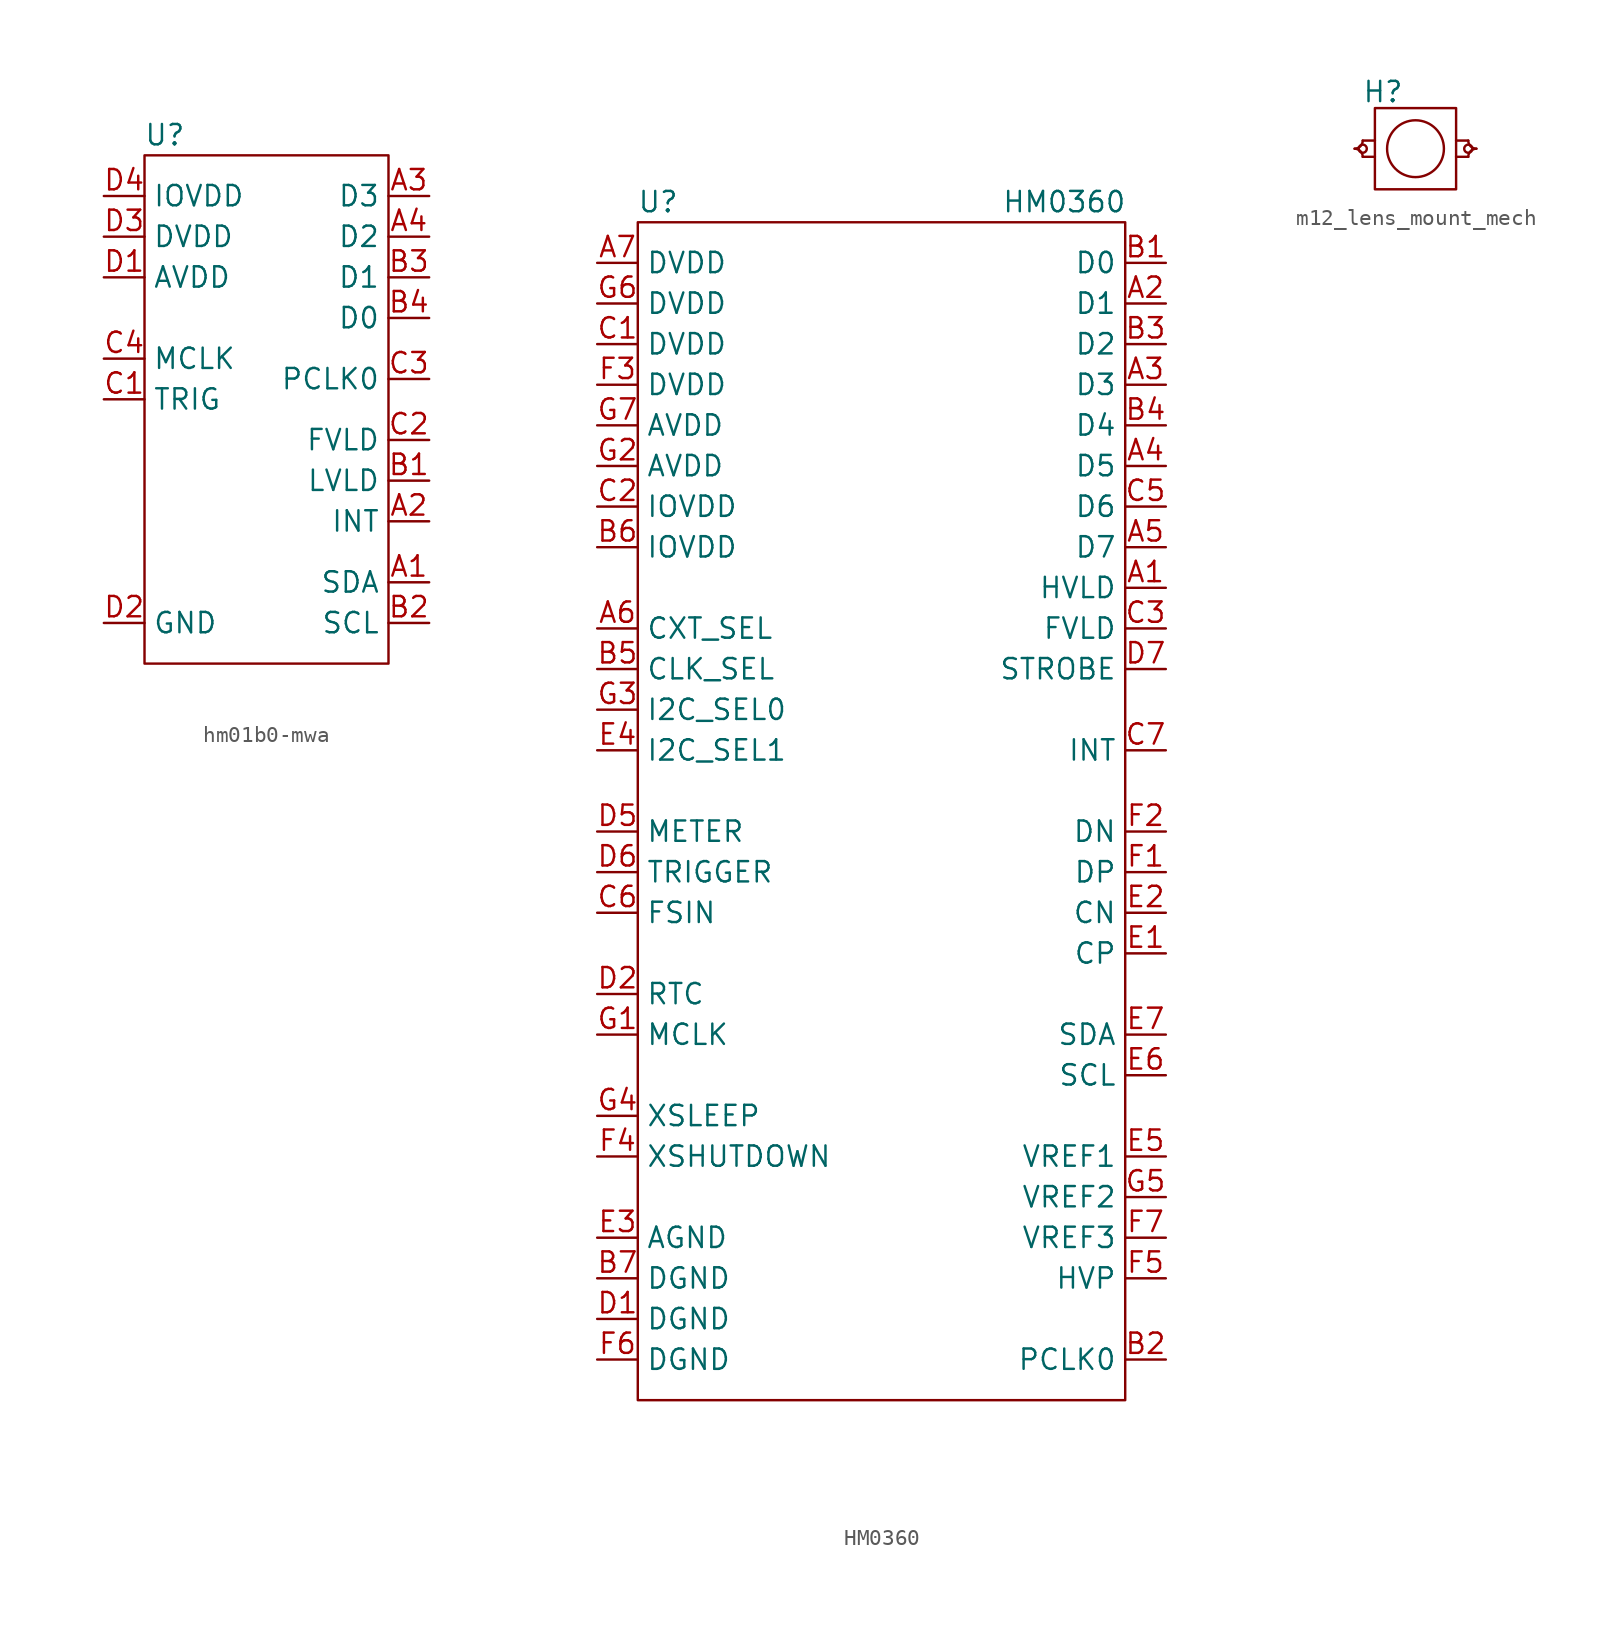
<source format=kicad_sym>
(kicad_symbol_lib
  (version 20211014)
  (generator kicad_symbol_editor)
  (symbol "hm01b0-mwa"
    (property "Reference" "U"
      (at -1.27 5.08 0)
      (effects (font (size 1.27 1.27))))
    (symbol "hm01b0-mwa_0_1"
      (rectangle (start -2.54 3.81) (end 12.7 -27.94) (stroke (width 0.152) (type default) (color 0 0 0 0)) (fill (type none))))
    (symbol "hm01b0-mwa_1_1"
      (pin bidirectional line (at 15.24 -22.86 180) (length 2.54) (name "SDA" (effects (font (size 1.27 1.27)))) (number "A1" (effects (font (size 1.27 1.27)))))
      (pin output line (at 15.24 -19.05 180) (length 2.54) (name "INT" (effects (font (size 1.27 1.27)))) (number "A2" (effects (font (size 1.27 1.27)))))
      (pin output line (at 15.24 1.27 180) (length 2.54) (name "D3" (effects (font (size 1.27 1.27)))) (number "A3" (effects (font (size 1.27 1.27)))))
      (pin output line (at 15.24 -1.27 180) (length 2.54) (name "D2" (effects (font (size 1.27 1.27)))) (number "A4" (effects (font (size 1.27 1.27)))))
      (pin output line (at 15.24 -16.51 180) (length 2.54) (name "LVLD" (effects (font (size 1.27 1.27)))) (number "B1" (effects (font (size 1.27 1.27)))))
      (pin bidirectional line (at 15.24 -25.4 180) (length 2.54) (name "SCL" (effects (font (size 1.27 1.27)))) (number "B2" (effects (font (size 1.27 1.27)))))
      (pin output line (at 15.24 -3.81 180) (length 2.54) (name "D1" (effects (font (size 1.27 1.27)))) (number "B3" (effects (font (size 1.27 1.27)))))
      (pin output line (at 15.24 -6.35 180) (length 2.54) (name "D0" (effects (font (size 1.27 1.27)))) (number "B4" (effects (font (size 1.27 1.27)))))
      (pin input line (at -5.08 -11.43 0) (length 2.54) (name "TRIG" (effects (font (size 1.27 1.27)))) (number "C1" (effects (font (size 1.27 1.27)))))
      (pin output line (at 15.24 -13.97 180) (length 2.54) (name "FVLD" (effects (font (size 1.27 1.27)))) (number "C2" (effects (font (size 1.27 1.27)))))
      (pin output line (at 15.24 -10.16 180) (length 2.54) (name "PCLK0" (effects (font (size 1.27 1.27)))) (number "C3" (effects (font (size 1.27 1.27)))))
      (pin input line (at -5.08 -8.89 0) (length 2.54) (name "MCLK" (effects (font (size 1.27 1.27)))) (number "C4" (effects (font (size 1.27 1.27)))))
      (pin power_in line (at -5.08 -3.81 0) (length 2.54) (name "AVDD" (effects (font (size 1.27 1.27)))) (number "D1" (effects (font (size 1.27 1.27)))))
      (pin power_in line (at -5.08 -25.4 0) (length 2.54) (name "GND" (effects (font (size 1.27 1.27)))) (number "D2" (effects (font (size 1.27 1.27)))))
      (pin power_in line (at -5.08 -1.27 0) (length 2.54) (name "DVDD" (effects (font (size 1.27 1.27)))) (number "D3" (effects (font (size 1.27 1.27)))))
      (pin power_in line (at -5.08 1.27 0) (length 2.54) (name "IOVDD" (effects (font (size 1.27 1.27)))) (number "D4" (effects (font (size 1.27 1.27)))))))
  (symbol "HM0360"
    (property "Reference" "U"
      (at 1.27 1.27 0)
      (effects (font (size 1.27 1.27))))
    (property "Value" "HM0360"
      (at 26.67 1.27 0)
      (effects (font (size 1.27 1.27))))
    (symbol "HM0360_0_1"
      (rectangle (start 0 0) (end 30.48 -73.66) (stroke (width 0.152) (type default) (color 0 0 0 0)) (fill (type none))))
    (symbol "HM0360_1_1"
      (pin output line (at 33.02 -22.86 180) (length 2.54) (name "HVLD" (effects (font (size 1.27 1.27)))) (number "A1" (effects (font (size 1.27 1.27)))))
      (pin output line (at 33.02 -5.08 180) (length 2.54) (name "D1" (effects (font (size 1.27 1.27)))) (number "A2" (effects (font (size 1.27 1.27)))))
      (pin output line (at 33.02 -10.16 180) (length 2.54) (name "D3" (effects (font (size 1.27 1.27)))) (number "A3" (effects (font (size 1.27 1.27)))))
      (pin output line (at 33.02 -15.24 180) (length 2.54) (name "D5" (effects (font (size 1.27 1.27)))) (number "A4" (effects (font (size 1.27 1.27)))))
      (pin output line (at 33.02 -20.32 180) (length 2.54) (name "D7" (effects (font (size 1.27 1.27)))) (number "A5" (effects (font (size 1.27 1.27)))))
      (pin input line (at -2.54 -25.4 0) (length 2.54) (name "CXT_SEL" (effects (font (size 1.27 1.27)))) (number "A6" (effects (font (size 1.27 1.27)))))
      (pin power_in line (at -2.54 -2.54 0) (length 2.54) (name "DVDD" (effects (font (size 1.27 1.27)))) (number "A7" (effects (font (size 1.27 1.27)))))
      (pin output line (at 33.02 -2.54 180) (length 2.54) (name "D0" (effects (font (size 1.27 1.27)))) (number "B1" (effects (font (size 1.27 1.27)))))
      (pin output line (at 33.02 -71.12 180) (length 2.54) (name "PCLK0" (effects (font (size 1.27 1.27)))) (number "B2" (effects (font (size 1.27 1.27)))))
      (pin output line (at 33.02 -7.62 180) (length 2.54) (name "D2" (effects (font (size 1.27 1.27)))) (number "B3" (effects (font (size 1.27 1.27)))))
      (pin output line (at 33.02 -12.7 180) (length 2.54) (name "D4" (effects (font (size 1.27 1.27)))) (number "B4" (effects (font (size 1.27 1.27)))))
      (pin input line (at -2.54 -27.94 0) (length 2.54) (name "CLK_SEL" (effects (font (size 1.27 1.27)))) (number "B5" (effects (font (size 1.27 1.27)))))
      (pin power_in line (at -2.54 -20.32 0) (length 2.54) (name "IOVDD" (effects (font (size 1.27 1.27)))) (number "B6" (effects (font (size 1.27 1.27)))))
      (pin power_in line (at -2.54 -66.04 0) (length 2.54) (name "DGND" (effects (font (size 1.27 1.27)))) (number "B7" (effects (font (size 1.27 1.27)))))
      (pin power_in line (at -2.54 -7.62 0) (length 2.54) (name "DVDD" (effects (font (size 1.27 1.27)))) (number "C1" (effects (font (size 1.27 1.27)))))
      (pin power_in line (at -2.54 -17.78 0) (length 2.54) (name "IOVDD" (effects (font (size 1.27 1.27)))) (number "C2" (effects (font (size 1.27 1.27)))))
      (pin output line (at 33.02 -25.4 180) (length 2.54) (name "FVLD" (effects (font (size 1.27 1.27)))) (number "C3" (effects (font (size 1.27 1.27)))))
      (pin output line (at 33.02 -17.78 180) (length 2.54) (name "D6" (effects (font (size 1.27 1.27)))) (number "C5" (effects (font (size 1.27 1.27)))))
      (pin input line (at -2.54 -43.18 0) (length 2.54) (name "FSIN" (effects (font (size 1.27 1.27)))) (number "C6" (effects (font (size 1.27 1.27)))))
      (pin output line (at 33.02 -33.02 180) (length 2.54) (name "INT" (effects (font (size 1.27 1.27)))) (number "C7" (effects (font (size 1.27 1.27)))))
      (pin power_in line (at -2.54 -68.58 0) (length 2.54) (name "DGND" (effects (font (size 1.27 1.27)))) (number "D1" (effects (font (size 1.27 1.27)))))
      (pin input line (at -2.54 -48.26 0) (length 2.54) (name "RTC" (effects (font (size 1.27 1.27)))) (number "D2" (effects (font (size 1.27 1.27)))))
      (pin input line (at -2.54 -38.1 0) (length 2.54) (name "METER" (effects (font (size 1.27 1.27)))) (number "D5" (effects (font (size 1.27 1.27)))))
      (pin input line (at -2.54 -40.64 0) (length 2.54) (name "TRIGGER" (effects (font (size 1.27 1.27)))) (number "D6" (effects (font (size 1.27 1.27)))))
      (pin output line (at 33.02 -27.94 180) (length 2.54) (name "STROBE" (effects (font (size 1.27 1.27)))) (number "D7" (effects (font (size 1.27 1.27)))))
      (pin output line (at 33.02 -45.72 180) (length 2.54) (name "CP" (effects (font (size 1.27 1.27)))) (number "E1" (effects (font (size 1.27 1.27)))))
      (pin output line (at 33.02 -43.18 180) (length 2.54) (name "CN" (effects (font (size 1.27 1.27)))) (number "E2" (effects (font (size 1.27 1.27)))))
      (pin power_in line (at -2.54 -63.5 0) (length 2.54) (name "AGND" (effects (font (size 1.27 1.27)))) (number "E3" (effects (font (size 1.27 1.27)))))
      (pin input line (at -2.54 -33.02 0) (length 2.54) (name "I2C_SEL1" (effects (font (size 1.27 1.27)))) (number "E4" (effects (font (size 1.27 1.27)))))
      (pin power_out line (at 33.02 -58.42 180) (length 2.54) (name "VREF1" (effects (font (size 1.27 1.27)))) (number "E5" (effects (font (size 1.27 1.27)))))
      (pin bidirectional line (at 33.02 -53.34 180) (length 2.54) (name "SCL" (effects (font (size 1.27 1.27)))) (number "E6" (effects (font (size 1.27 1.27)))))
      (pin bidirectional line (at 33.02 -50.8 180) (length 2.54) (name "SDA" (effects (font (size 1.27 1.27)))) (number "E7" (effects (font (size 1.27 1.27)))))
      (pin output line (at 33.02 -40.64 180) (length 2.54) (name "DP" (effects (font (size 1.27 1.27)))) (number "F1" (effects (font (size 1.27 1.27)))))
      (pin output line (at 33.02 -38.1 180) (length 2.54) (name "DN" (effects (font (size 1.27 1.27)))) (number "F2" (effects (font (size 1.27 1.27)))))
      (pin power_in line (at -2.54 -10.16 0) (length 2.54) (name "DVDD" (effects (font (size 1.27 1.27)))) (number "F3" (effects (font (size 1.27 1.27)))))
      (pin input line (at -2.54 -58.42 0) (length 2.54) (name "XSHUTDOWN" (effects (font (size 1.27 1.27)))) (number "F4" (effects (font (size 1.27 1.27)))))
      (pin power_out line (at 33.02 -66.04 180) (length 2.54) (name "HVP" (effects (font (size 1.27 1.27)))) (number "F5" (effects (font (size 1.27 1.27)))))
      (pin power_in line (at -2.54 -71.12 0) (length 2.54) (name "DGND" (effects (font (size 1.27 1.27)))) (number "F6" (effects (font (size 1.27 1.27)))))
      (pin power_out line (at 33.02 -63.5 180) (length 2.54) (name "VREF3" (effects (font (size 1.27 1.27)))) (number "F7" (effects (font (size 1.27 1.27)))))
      (pin input line (at -2.54 -50.8 0) (length 2.54) (name "MCLK" (effects (font (size 1.27 1.27)))) (number "G1" (effects (font (size 1.27 1.27)))))
      (pin power_in line (at -2.54 -15.24 0) (length 2.54) (name "AVDD" (effects (font (size 1.27 1.27)))) (number "G2" (effects (font (size 1.27 1.27)))))
      (pin input line (at -2.54 -30.48 0) (length 2.54) (name "I2C_SEL0" (effects (font (size 1.27 1.27)))) (number "G3" (effects (font (size 1.27 1.27)))))
      (pin input line (at -2.54 -55.88 0) (length 2.54) (name "XSLEEP" (effects (font (size 1.27 1.27)))) (number "G4" (effects (font (size 1.27 1.27)))))
      (pin power_out line (at 33.02 -60.96 180) (length 2.54) (name "VREF2" (effects (font (size 1.27 1.27)))) (number "G5" (effects (font (size 1.27 1.27)))))
      (pin power_in line (at -2.54 -5.08 0) (length 2.54) (name "DVDD" (effects (font (size 1.27 1.27)))) (number "G6" (effects (font (size 1.27 1.27)))))
      (pin power_in line (at -2.54 -12.7 0) (length 2.54) (name "AVDD" (effects (font (size 1.27 1.27)))) (number "G7" (effects (font (size 1.27 1.27)))))))
  (symbol "m12_lens_mount_mech"
    (property "Reference" "H"
      (at -2.032 3.556 0)
      (effects (font (size 1.27 1.27))))
    (symbol "m12_lens_mount_mech_0_1"
      (arc (start -3.81 0) (mid -2.9428 -0.3592) (end -3.302 0.508) (stroke (width 0.1524) (type default) (color 0 0 0 0)) (fill (type none)))
      (arc (start -3.302 -0.508) (mid -2.9428 0.3592) (end -3.81 0) (stroke (width 0.1524) (type default) (color 0 0 0 0)) (fill (type none)))
      (circle (center -3.302 0) (radius 0.254) (stroke (width 0.152) (type default) (color 0 0 0 0)) (fill (type none)))
      (polyline (pts (xy -2.54 -0.508) (xy -3.302 -0.508)) (stroke (width 0.152) (type default) (color 0 0 0 0)) (fill (type none)))
      (polyline (pts (xy -2.54 0.508) (xy -3.302 0.508)) (stroke (width 0.152) (type default) (color 0 0 0 0)) (fill (type none)))
      (polyline (pts (xy 2.54 -0.508) (xy 3.302 -0.508)) (stroke (width 0.152) (type default) (color 0 0 0 0)) (fill (type none)))
      (polyline (pts (xy 2.54 0.508) (xy 3.302 0.508)) (stroke (width 0.152) (type default) (color 0 0 0 0)) (fill (type none)))
      (polyline (pts (xy -2.54 2.54) (xy 2.54 2.54) (xy 2.54 -2.54) (xy -2.54 -2.54) (xy -2.54 2.54)) (stroke (width 0.152) (type default) (color 0 0 0 0)) (fill (type none)))
      (circle (center 0 0) (radius 1.778) (stroke (width 0.152) (type default) (color 0 0 0 0)) (fill (type none)))
      (circle (center 3.302 0) (radius 0.254) (stroke (width 0.152) (type default) (color 0 0 0 0)) (fill (type none)))
      (arc (start 3.302 0.508) (mid 2.9428 -0.3592) (end 3.81 0) (stroke (width 0.1524) (type default) (color 0 0 0 0)) (fill (type none)))
      (arc (start 3.81 0) (mid 2.9428 0.3592) (end 3.302 -0.508) (stroke (width 0.1524) (type default) (color 0 0 0 0)) (fill (type none))))))
</source>
